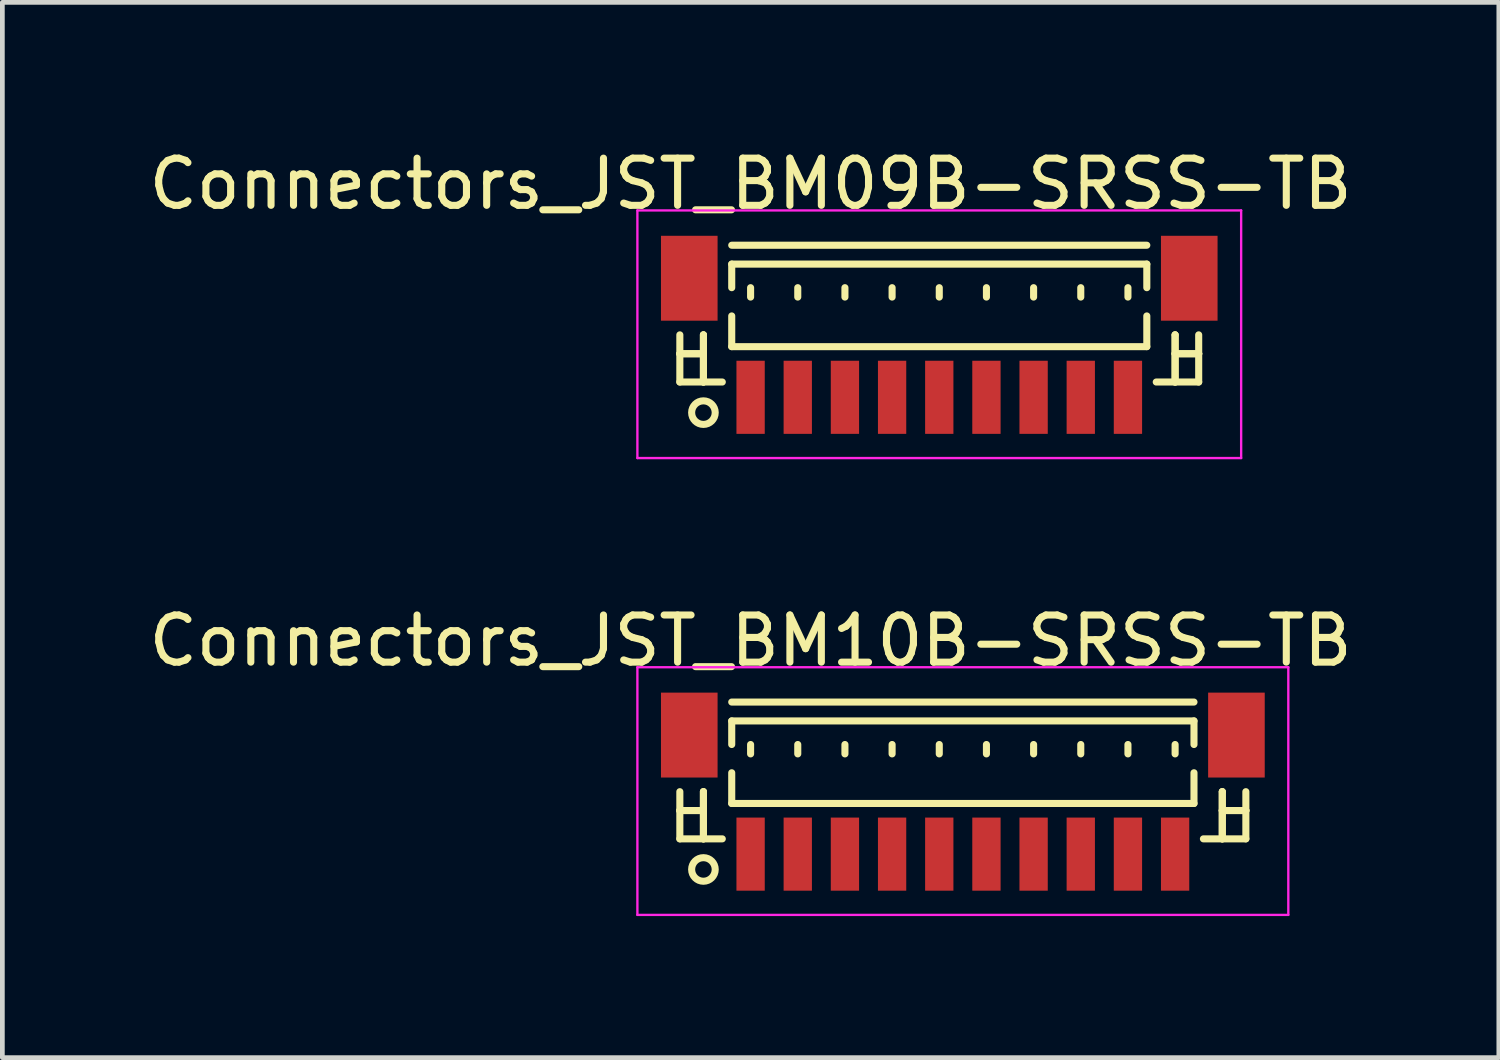
<source format=kicad_pcb>
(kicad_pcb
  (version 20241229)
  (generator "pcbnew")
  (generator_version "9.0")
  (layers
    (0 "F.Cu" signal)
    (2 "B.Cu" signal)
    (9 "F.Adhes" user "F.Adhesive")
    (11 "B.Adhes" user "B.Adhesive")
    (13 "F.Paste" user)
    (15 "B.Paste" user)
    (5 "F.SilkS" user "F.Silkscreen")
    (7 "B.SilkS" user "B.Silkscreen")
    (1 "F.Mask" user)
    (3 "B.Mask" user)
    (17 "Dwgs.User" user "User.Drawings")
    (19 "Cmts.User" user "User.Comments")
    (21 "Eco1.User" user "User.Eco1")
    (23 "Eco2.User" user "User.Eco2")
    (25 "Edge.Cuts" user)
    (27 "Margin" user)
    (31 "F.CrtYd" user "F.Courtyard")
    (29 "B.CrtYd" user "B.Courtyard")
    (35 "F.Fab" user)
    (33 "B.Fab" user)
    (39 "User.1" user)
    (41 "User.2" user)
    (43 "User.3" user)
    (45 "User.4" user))
  (footprint "Connectors_JST_BM09B-SRSS-TB"
    (layer "F.Cu")
    (at 16.863 4.111)
    (property "Reference" "Connectors_JST_BM09B-SRSS-TB" (at -4 -3.263 0) (layer "F.SilkS") (effects (font (size 1 1) (thickness 0.15))))
    (attr smd)
    (fp_line (start -5.5 -0.062) (end -5.5 0.938) (stroke (width 0.15) (type solid)) (layer "F.SilkS"))
    (fp_line (start -5.5 0.338) (end -5.5 0.338) (stroke (width 0.15) (type solid)) (layer "F.SilkS"))
    (fp_line (start -5.5 0.338) (end -5 0.338) (stroke (width 0.15) (type solid)) (layer "F.SilkS"))
    (fp_line (start -5.5 0.938) (end -4.6 0.938) (stroke (width 0.15) (type solid)) (layer "F.SilkS"))
    (fp_line (start -5 -0.062) (end -5 -0.062) (stroke (width 0.15) (type solid)) (layer "F.SilkS"))
    (fp_line (start -5 -0.062) (end -5 0.938) (stroke (width 0.15) (type solid)) (layer "F.SilkS"))
    (fp_line (start -5 0.338) (end -5.5 0.338) (stroke (width 0.15) (type solid)) (layer "F.SilkS"))
    (fp_line (start -5 0.338) (end -5 0.338) (stroke (width 0.15) (type solid)) (layer "F.SilkS"))
    (fp_line (start -5 0.938) (end -5 -0.062) (stroke (width 0.15) (type solid)) (layer "F.SilkS"))
    (fp_line (start -5 0.938) (end -5 0.938) (stroke (width 0.15) (type solid)) (layer "F.SilkS"))
    (fp_line (start -4.4 -1.962) (end 4.4 -1.962) (stroke (width 0.15) (type solid)) (layer "F.SilkS"))
    (fp_line (start -4.4 -1.562) (end 4.4 -1.562) (stroke (width 0.15) (type solid)) (layer "F.SilkS"))
    (fp_line (start -4.4 -1.062) (end -4.4 -1.562) (stroke (width 0.15) (type solid)) (layer "F.SilkS"))
    (fp_line (start -4.4 -0.463) (end -4.4 0.188) (stroke (width 0.15) (type solid)) (layer "F.SilkS"))
    (fp_line (start -4.4 0.188) (end 4.4 0.188) (stroke (width 0.15) (type solid)) (layer "F.SilkS"))
    (fp_line (start -4 -1.062) (end -4 -0.863) (stroke (width 0.15) (type solid)) (layer "F.SilkS"))
    (fp_line (start -3 -1.062) (end -3 -0.863) (stroke (width 0.15) (type solid)) (layer "F.SilkS"))
    (fp_line (start -2 -1.062) (end -2 -0.863) (stroke (width 0.15) (type solid)) (layer "F.SilkS"))
    (fp_line (start -1 -1.062) (end -1 -0.863) (stroke (width 0.15) (type solid)) (layer "F.SilkS"))
    (fp_line (start 0 -1.062) (end 0 -0.863) (stroke (width 0.15) (type solid)) (layer "F.SilkS"))
    (fp_line (start 1 -1.062) (end 1 -0.863) (stroke (width 0.15) (type solid)) (layer "F.SilkS"))
    (fp_line (start 2 -1.062) (end 2 -0.863) (stroke (width 0.15) (type solid)) (layer "F.SilkS"))
    (fp_line (start 3 -1.062) (end 3 -0.863) (stroke (width 0.15) (type solid)) (layer "F.SilkS"))
    (fp_line (start 4 -1.062) (end 4 -0.863) (stroke (width 0.15) (type solid)) (layer "F.SilkS"))
    (fp_line (start 4.4 -1.562) (end 4.4 -1.062) (stroke (width 0.15) (type solid)) (layer "F.SilkS"))
    (fp_line (start 4.4 0.188) (end 4.4 -0.463) (stroke (width 0.15) (type solid)) (layer "F.SilkS"))
    (fp_line (start 5 -0.062) (end 5 -0.062) (stroke (width 0.15) (type solid)) (layer "F.SilkS"))
    (fp_line (start 5 -0.062) (end 5 0.938) (stroke (width 0.15) (type solid)) (layer "F.SilkS"))
    (fp_line (start 5 0.338) (end 5 0.338) (stroke (width 0.15) (type solid)) (layer "F.SilkS"))
    (fp_line (start 5 0.338) (end 5.5 0.338) (stroke (width 0.15) (type solid)) (layer "F.SilkS"))
    (fp_line (start 5 0.938) (end 5 -0.062) (stroke (width 0.15) (type solid)) (layer "F.SilkS"))
    (fp_line (start 5 0.938) (end 5 0.938) (stroke (width 0.15) (type solid)) (layer "F.SilkS"))
    (fp_line (start 5.5 -0.062) (end 5.5 0.938) (stroke (width 0.15) (type solid)) (layer "F.SilkS"))
    (fp_line (start 5.5 0.338) (end 5 0.338) (stroke (width 0.15) (type solid)) (layer "F.SilkS"))
    (fp_line (start 5.5 0.338) (end 5.5 0.338) (stroke (width 0.15) (type solid)) (layer "F.SilkS"))
    (fp_line (start 5.5 0.938) (end 4.6 0.938) (stroke (width 0.15) (type solid)) (layer "F.SilkS"))
    (fp_circle (center -5 1.587) (end -4.75 1.587) (stroke (width 0.15) (type solid)) (fill no) (layer "F.SilkS"))
    (fp_line (start -6.4 -2.7) (end 6.4 -2.7) (stroke (width 0.05) (type solid)) (layer "F.CrtYd"))
    (fp_line (start -6.4 2.55) (end -6.4 -2.7) (stroke (width 0.05) (type solid)) (layer "F.CrtYd"))
    (fp_line (start 6.4 -2.7) (end 6.4 2.55) (stroke (width 0.05) (type solid)) (layer "F.CrtYd"))
    (fp_line (start 6.4 2.55) (end -6.4 2.55) (stroke (width 0.05) (type solid)) (layer "F.CrtYd"))
    (pad "" smd rect (at -5.3 -1.262) (size 1.2 1.8) (layers "F.Cu" "F.Mask" "F.Paste"))
    (pad "" smd rect (at 5.3 -1.262) (size 1.2 1.8) (layers "F.Cu" "F.Mask" "F.Paste"))
    (pad "1" smd rect (at -4 1.262) (size 0.6 1.55) (layers "F.Cu" "F.Mask" "F.Paste"))
    (pad "2" smd rect (at -3 1.262) (size 0.6 1.55) (layers "F.Cu" "F.Mask" "F.Paste"))
    (pad "3" smd rect (at -2 1.262) (size 0.6 1.55) (layers "F.Cu" "F.Mask" "F.Paste"))
    (pad "4" smd rect (at -1 1.262) (size 0.6 1.55) (layers "F.Cu" "F.Mask" "F.Paste"))
    (pad "5" smd rect (at 0 1.262) (size 0.6 1.55) (layers "F.Cu" "F.Mask" "F.Paste"))
    (pad "6" smd rect (at 1 1.262) (size 0.6 1.55) (layers "F.Cu" "F.Mask" "F.Paste"))
    (pad "7" smd rect (at 2 1.262) (size 0.6 1.55) (layers "F.Cu" "F.Mask" "F.Paste"))
    (pad "8" smd rect (at 3 1.262) (size 0.6 1.55) (layers "F.Cu" "F.Mask" "F.Paste"))
    (pad "9" smd rect (at 4 1.262) (size 0.6 1.55) (layers "F.Cu" "F.Mask" "F.Paste")))
  (footprint "Connectors_JST_BM10B-SRSS-TB"
    (layer "F.Cu")
    (at 17.363 13.796)
    (property "Reference" "Connectors_JST_BM10B-SRSS-TB" (at -4.5 -3.263 0) (layer "F.SilkS") (effects (font (size 1 1) (thickness 0.15))))
    (attr smd)
    (fp_line (start -6 -0.062) (end -6 0.938) (stroke (width 0.15) (type solid)) (layer "F.SilkS"))
    (fp_line (start -6 0.338) (end -6 0.338) (stroke (width 0.15) (type solid)) (layer "F.SilkS"))
    (fp_line (start -6 0.338) (end -5.5 0.338) (stroke (width 0.15) (type solid)) (layer "F.SilkS"))
    (fp_line (start -6 0.938) (end -5.1 0.938) (stroke (width 0.15) (type solid)) (layer "F.SilkS"))
    (fp_line (start -5.5 -0.062) (end -5.5 -0.062) (stroke (width 0.15) (type solid)) (layer "F.SilkS"))
    (fp_line (start -5.5 -0.062) (end -5.5 0.938) (stroke (width 0.15) (type solid)) (layer "F.SilkS"))
    (fp_line (start -5.5 0.338) (end -6 0.338) (stroke (width 0.15) (type solid)) (layer "F.SilkS"))
    (fp_line (start -5.5 0.338) (end -5.5 0.338) (stroke (width 0.15) (type solid)) (layer "F.SilkS"))
    (fp_line (start -5.5 0.938) (end -5.5 -0.062) (stroke (width 0.15) (type solid)) (layer "F.SilkS"))
    (fp_line (start -5.5 0.938) (end -5.5 0.938) (stroke (width 0.15) (type solid)) (layer "F.SilkS"))
    (fp_line (start -4.9 -1.962) (end 4.9 -1.962) (stroke (width 0.15) (type solid)) (layer "F.SilkS"))
    (fp_line (start -4.9 -1.562) (end 4.9 -1.562) (stroke (width 0.15) (type solid)) (layer "F.SilkS"))
    (fp_line (start -4.9 -1.062) (end -4.9 -1.562) (stroke (width 0.15) (type solid)) (layer "F.SilkS"))
    (fp_line (start -4.9 -0.463) (end -4.9 0.188) (stroke (width 0.15) (type solid)) (layer "F.SilkS"))
    (fp_line (start -4.9 0.188) (end 4.9 0.188) (stroke (width 0.15) (type solid)) (layer "F.SilkS"))
    (fp_line (start -4.5 -1.062) (end -4.5 -0.863) (stroke (width 0.15) (type solid)) (layer "F.SilkS"))
    (fp_line (start -3.5 -1.062) (end -3.5 -0.863) (stroke (width 0.15) (type solid)) (layer "F.SilkS"))
    (fp_line (start -2.5 -1.062) (end -2.5 -0.863) (stroke (width 0.15) (type solid)) (layer "F.SilkS"))
    (fp_line (start -1.5 -1.062) (end -1.5 -0.863) (stroke (width 0.15) (type solid)) (layer "F.SilkS"))
    (fp_line (start -0.5 -1.062) (end -0.5 -0.863) (stroke (width 0.15) (type solid)) (layer "F.SilkS"))
    (fp_line (start 0.5 -1.062) (end 0.5 -0.863) (stroke (width 0.15) (type solid)) (layer "F.SilkS"))
    (fp_line (start 1.5 -1.062) (end 1.5 -0.863) (stroke (width 0.15) (type solid)) (layer "F.SilkS"))
    (fp_line (start 2.5 -1.062) (end 2.5 -0.863) (stroke (width 0.15) (type solid)) (layer "F.SilkS"))
    (fp_line (start 3.5 -1.062) (end 3.5 -0.863) (stroke (width 0.15) (type solid)) (layer "F.SilkS"))
    (fp_line (start 4.5 -1.062) (end 4.5 -0.863) (stroke (width 0.15) (type solid)) (layer "F.SilkS"))
    (fp_line (start 4.9 -1.562) (end 4.9 -1.062) (stroke (width 0.15) (type solid)) (layer "F.SilkS"))
    (fp_line (start 4.9 0.188) (end 4.9 -0.463) (stroke (width 0.15) (type solid)) (layer "F.SilkS"))
    (fp_line (start 5.5 -0.062) (end 5.5 -0.062) (stroke (width 0.15) (type solid)) (layer "F.SilkS"))
    (fp_line (start 5.5 -0.062) (end 5.5 0.938) (stroke (width 0.15) (type solid)) (layer "F.SilkS"))
    (fp_line (start 5.5 0.338) (end 5.5 0.338) (stroke (width 0.15) (type solid)) (layer "F.SilkS"))
    (fp_line (start 5.5 0.338) (end 6 0.338) (stroke (width 0.15) (type solid)) (layer "F.SilkS"))
    (fp_line (start 5.5 0.938) (end 5.5 -0.062) (stroke (width 0.15) (type solid)) (layer "F.SilkS"))
    (fp_line (start 5.5 0.938) (end 5.5 0.938) (stroke (width 0.15) (type solid)) (layer "F.SilkS"))
    (fp_line (start 6 -0.062) (end 6 0.938) (stroke (width 0.15) (type solid)) (layer "F.SilkS"))
    (fp_line (start 6 0.338) (end 5.5 0.338) (stroke (width 0.15) (type solid)) (layer "F.SilkS"))
    (fp_line (start 6 0.338) (end 6 0.338) (stroke (width 0.15) (type solid)) (layer "F.SilkS"))
    (fp_line (start 6 0.938) (end 5.1 0.938) (stroke (width 0.15) (type solid)) (layer "F.SilkS"))
    (fp_circle (center -5.5 1.587) (end -5.25 1.587) (stroke (width 0.15) (type solid)) (fill no) (layer "F.SilkS"))
    (fp_line (start -6.9 -2.7) (end 6.9 -2.7) (stroke (width 0.05) (type solid)) (layer "F.CrtYd"))
    (fp_line (start -6.9 2.55) (end -6.9 -2.7) (stroke (width 0.05) (type solid)) (layer "F.CrtYd"))
    (fp_line (start 6.9 -2.7) (end 6.9 2.55) (stroke (width 0.05) (type solid)) (layer "F.CrtYd"))
    (fp_line (start 6.9 2.55) (end -6.9 2.55) (stroke (width 0.05) (type solid)) (layer "F.CrtYd"))
    (pad "" smd rect (at -5.8 -1.262) (size 1.2 1.8) (layers "F.Cu" "F.Mask" "F.Paste"))
    (pad "" smd rect (at 5.8 -1.262) (size 1.2 1.8) (layers "F.Cu" "F.Mask" "F.Paste"))
    (pad "1" smd rect (at -4.5 1.262) (size 0.6 1.55) (layers "F.Cu" "F.Mask" "F.Paste"))
    (pad "2" smd rect (at -3.5 1.262) (size 0.6 1.55) (layers "F.Cu" "F.Mask" "F.Paste"))
    (pad "3" smd rect (at -2.5 1.262) (size 0.6 1.55) (layers "F.Cu" "F.Mask" "F.Paste"))
    (pad "4" smd rect (at -1.5 1.262) (size 0.6 1.55) (layers "F.Cu" "F.Mask" "F.Paste"))
    (pad "5" smd rect (at -0.5 1.262) (size 0.6 1.55) (layers "F.Cu" "F.Mask" "F.Paste"))
    (pad "6" smd rect (at 0.5 1.262) (size 0.6 1.55) (layers "F.Cu" "F.Mask" "F.Paste"))
    (pad "7" smd rect (at 1.5 1.262) (size 0.6 1.55) (layers "F.Cu" "F.Mask" "F.Paste"))
    (pad "8" smd rect (at 2.5 1.262) (size 0.6 1.55) (layers "F.Cu" "F.Mask" "F.Paste"))
    (pad "9" smd rect (at 3.5 1.262) (size 0.6 1.55) (layers "F.Cu" "F.Mask" "F.Paste"))
    (pad "10" smd rect (at 4.5 1.262) (size 0.6 1.55) (layers "F.Cu" "F.Mask" "F.Paste")))
  (gr_rect
    (start -3 -3)
    (end 28.726 19.372)
    (stroke (width 0.1) (type default))
    (fill no)
    (layer "Edge.Cuts")))
</source>
